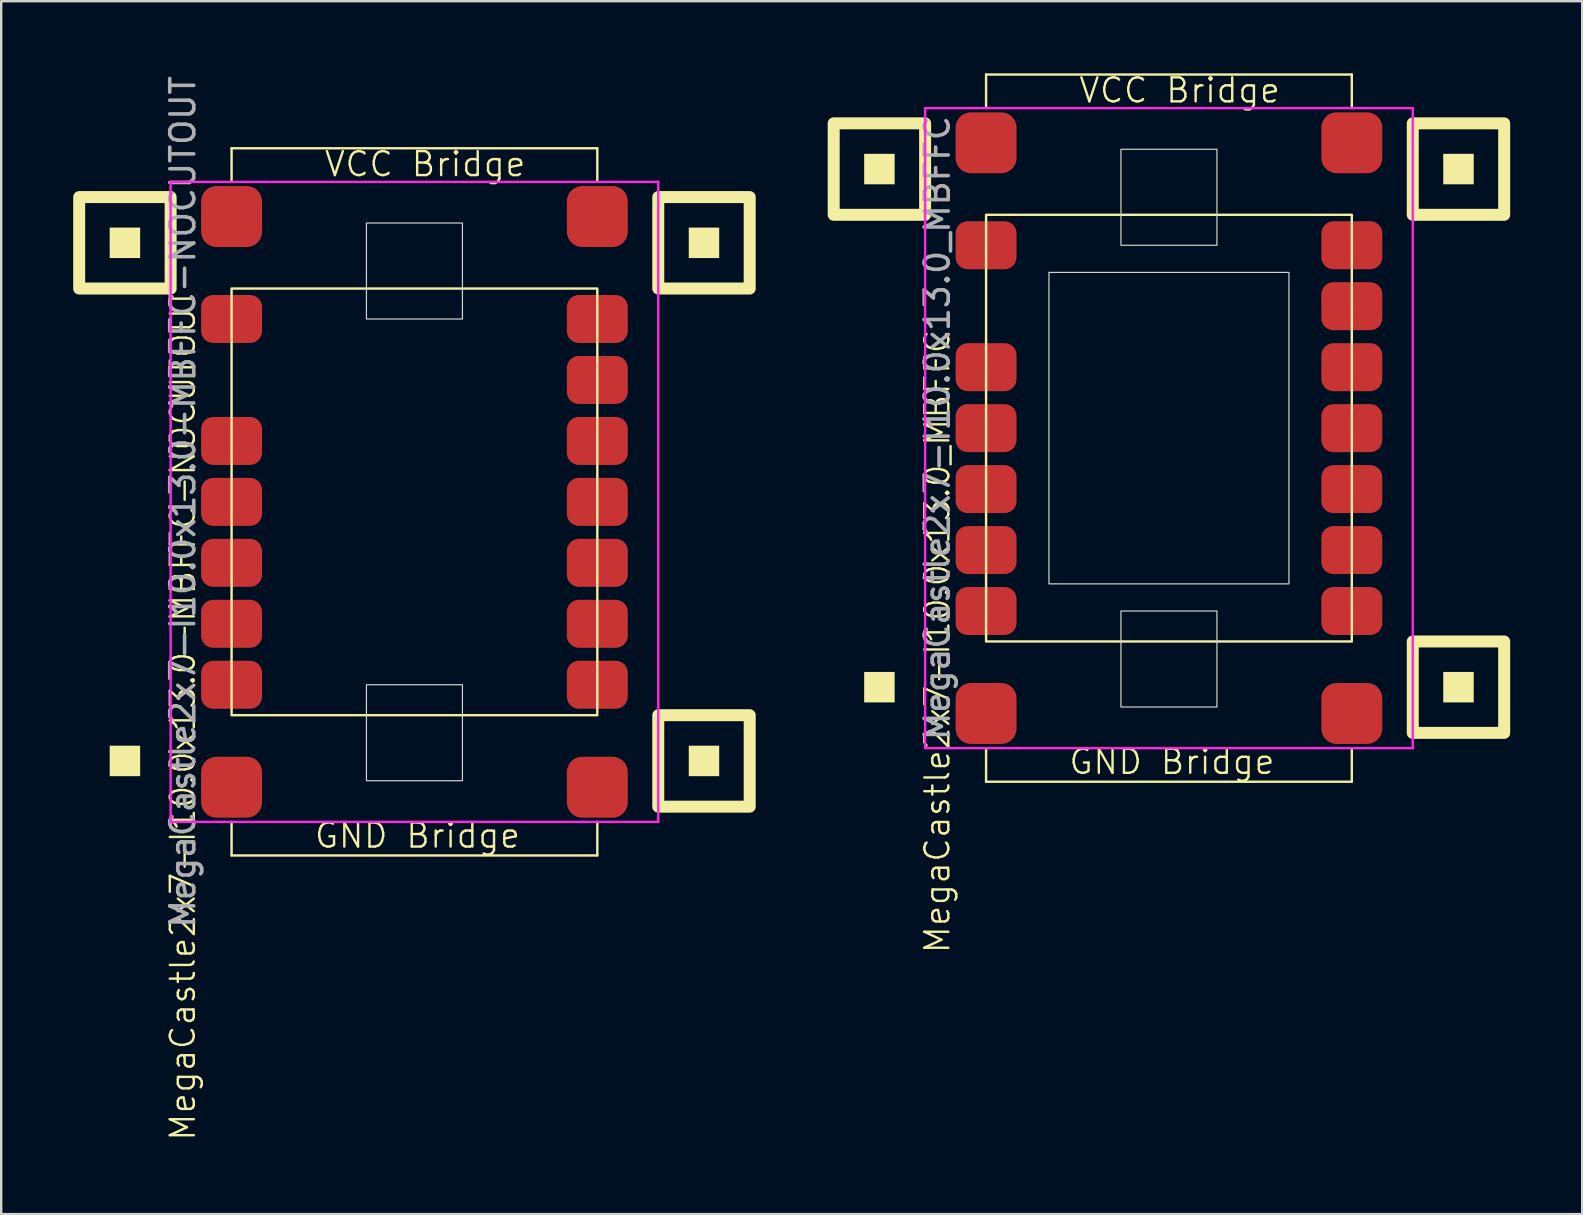
<source format=kicad_pcb>
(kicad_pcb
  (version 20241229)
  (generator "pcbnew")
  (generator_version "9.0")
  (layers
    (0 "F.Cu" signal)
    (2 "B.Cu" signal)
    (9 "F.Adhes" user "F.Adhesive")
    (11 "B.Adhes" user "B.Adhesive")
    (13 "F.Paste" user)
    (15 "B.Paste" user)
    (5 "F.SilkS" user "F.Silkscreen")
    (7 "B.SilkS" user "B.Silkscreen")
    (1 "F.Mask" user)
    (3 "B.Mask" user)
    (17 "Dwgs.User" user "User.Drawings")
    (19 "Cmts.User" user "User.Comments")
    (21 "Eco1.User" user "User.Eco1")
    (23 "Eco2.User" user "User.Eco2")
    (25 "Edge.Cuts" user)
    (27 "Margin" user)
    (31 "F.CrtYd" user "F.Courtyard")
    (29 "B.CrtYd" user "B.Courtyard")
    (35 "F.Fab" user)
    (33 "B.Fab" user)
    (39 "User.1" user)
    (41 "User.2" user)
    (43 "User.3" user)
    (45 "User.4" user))
  (footprint "MegaCastle2x7-I10.0x13.0_MBFFC"
    (layer "F.Cu")
    (at 45.66 14.79)
    (property "Reference" "MegaCastle2x7-I10.0x13.0_MBFFC" (at -9.652 8.89 90) (unlocked yes) (layer "F.SilkS") (effects (font (size 1 1) (thickness 0.1))))
    (attr smd)
    (fp_line (start -7.62 -14.735) (end 7.62 -14.735) (stroke (width 0.1) (type default)) (layer "F.SilkS"))
    (fp_line (start -7.62 -13.335) (end -7.62 -14.735) (stroke (width 0.1) (type default)) (layer "F.SilkS"))
    (fp_line (start -7.62 13.335) (end -7.62 14.735) (stroke (width 0.1) (type default)) (layer "F.SilkS"))
    (fp_line (start -7.62 14.735) (end 7.62 14.735) (stroke (width 0.1) (type default)) (layer "F.SilkS"))
    (fp_line (start 7.62 -13.335) (end 7.62 -14.735) (stroke (width 0.1) (type default)) (layer "F.SilkS"))
    (fp_line (start 7.62 13.335) (end 7.62 14.735) (stroke (width 0.1) (type default)) (layer "F.SilkS"))
    (fp_rect (start -11.43 -10.16) (end -12.7 -11.43) (stroke (width 0) (type solid)) (fill yes) (layer "F.SilkS"))
    (fp_rect (start -11.43 11.43) (end -12.7 10.16) (stroke (width 0) (type solid)) (fill yes) (layer "F.SilkS"))
    (fp_rect (start -10.16 -8.89) (end -13.97 -12.7) (stroke (width 0.5) (type default)) (fill no) (layer "F.SilkS"))
    (fp_rect (start -7.62 -8.89) (end 7.62 8.89) (stroke (width 0.1) (type default)) (fill no) (layer "F.SilkS"))
    (fp_rect (start 12.7 -10.16) (end 11.43 -11.43) (stroke (width 0) (type solid)) (fill yes) (layer "F.SilkS"))
    (fp_rect (start 12.7 11.43) (end 11.43 10.16) (stroke (width 0) (type solid)) (fill yes) (layer "F.SilkS"))
    (fp_rect (start 13.97 -8.89) (end 10.16 -12.7) (stroke (width 0.5) (type default)) (fill no) (layer "F.SilkS"))
    (fp_rect (start 13.97 12.7) (end 10.16 8.89) (stroke (width 0.5) (type default)) (fill no) (layer "F.SilkS"))
    (fp_rect (start -5 -6.49) (end 5 6.49) (stroke (width 0.05) (type default)) (fill no) (layer "Edge.Cuts"))
    (fp_rect (start -2 -7.62) (end 2 -11.62) (stroke (width 0.05) (type default)) (fill no) (layer "Edge.Cuts"))
    (fp_rect (start -2 7.62) (end 2 11.62) (stroke (width 0.05) (type default)) (fill no) (layer "Edge.Cuts"))
    (fp_line (start -10.16 -13.335) (end -10.16 13.335) (stroke (width 0.1) (type default)) (layer "F.CrtYd"))
    (fp_line (start -10.16 13.335) (end 10.16 13.335) (stroke (width 0.1) (type default)) (layer "F.CrtYd"))
    (fp_line (start 10.16 -13.335) (end -10.16 -13.335) (stroke (width 0.1) (type default)) (layer "F.CrtYd"))
    (fp_line (start 10.16 -13.335) (end 10.16 13.335) (stroke (width 0.1) (type default)) (layer "F.CrtYd"))
    (fp_text user "VCC Bridge" (at -3.81 -13.49 0) (unlocked yes) (layer "F.SilkS") (effects (font (size 1 1) (thickness 0.1)) (justify left bottom)))
    (fp_text user "GND Bridge" (at -4.226 14.49 0) (unlocked yes) (layer "F.SilkS") (effects (font (size 1 1) (thickness 0.1)) (justify left bottom)))
    (fp_text user "${REFERENCE}" (at -9.652 0 90) (unlocked yes) (layer "F.Fab") (effects (font (size 1 1) (thickness 0.15))))
    (pad "1" smd roundrect (at -7.62 -7.62) (size 2.54 2) (layers "F.Cu" "F.Mask" "F.Paste") (roundrect_rratio 0.25))
    (pad "3" smd roundrect (at -7.62 -2.54) (size 2.54 2) (layers "F.Cu" "F.Mask" "F.Paste") (roundrect_rratio 0.25))
    (pad "4" smd roundrect (at -7.62 0) (size 2.54 2) (layers "F.Cu" "F.Mask" "F.Paste") (roundrect_rratio 0.25))
    (pad "5" smd roundrect (at -7.62 2.54) (size 2.54 2) (layers "F.Cu" "F.Mask" "F.Paste") (roundrect_rratio 0.25))
    (pad "6" smd roundrect (at -7.62 5.08) (size 2.54 2) (layers "F.Cu" "F.Mask" "F.Paste") (roundrect_rratio 0.25))
    (pad "7" smd roundrect (at -7.62 7.62) (size 2.54 2) (layers "F.Cu" "F.Mask" "F.Paste") (roundrect_rratio 0.25))
    (pad "8" smd roundrect (at 7.62 -7.62) (size 2.54 2) (layers "F.Cu" "F.Mask" "F.Paste") (roundrect_rratio 0.25))
    (pad "9" smd roundrect (at 7.62 -5.08) (size 2.54 2) (layers "F.Cu" "F.Mask" "F.Paste") (roundrect_rratio 0.25))
    (pad "10" smd roundrect (at 7.62 -2.54) (size 2.54 2) (layers "F.Cu" "F.Mask" "F.Paste") (roundrect_rratio 0.25))
    (pad "11" smd roundrect (at 7.62 0) (size 2.54 2) (layers "F.Cu" "F.Mask" "F.Paste") (roundrect_rratio 0.25))
    (pad "12" smd roundrect (at 7.62 2.54) (size 2.54 2) (layers "F.Cu" "F.Mask" "F.Paste") (roundrect_rratio 0.25))
    (pad "13" smd roundrect (at 7.62 5.08) (size 2.54 2) (layers "F.Cu" "F.Mask" "F.Paste") (roundrect_rratio 0.25))
    (pad "14" smd roundrect (at 7.62 7.62) (size 2.54 2) (layers "F.Cu" "F.Mask" "F.Paste") (roundrect_rratio 0.25))
    (pad "A1" smd roundrect (at -7.62 -11.89) (size 2.54 2.54) (layers "F.Cu" "F.Mask" "F.Paste") (roundrect_rratio 0.25))
    (pad "A2" smd roundrect (at 7.62 -11.89) (size 2.54 2.54) (layers "F.Cu" "F.Mask" "F.Paste") (roundrect_rratio 0.25))
    (pad "B1" smd roundrect (at -7.62 11.89) (size 2.54 2.54) (layers "F.Cu" "F.Mask" "F.Paste") (roundrect_rratio 0.25))
    (pad "B2" smd roundrect (at 7.62 11.89) (size 2.54 2.54) (layers "F.Cu" "F.Mask" "F.Paste") (roundrect_rratio 0.25)))
  (footprint "MegaCastle2x7-I10.0x13.0-MBFFC-NOCUTOUT"
    (layer "F.Cu")
    (at 14.22 17.863)
    (property "Reference" "MegaCastle2x7-I10.0x13.0-MBFFC-NOCUTOUT" (at -9.652 8.89 90) (unlocked yes) (layer "F.SilkS") (effects (font (size 1 1) (thickness 0.1))))
    (attr smd)
    (fp_line (start -7.62 -14.735) (end 7.62 -14.735) (stroke (width 0.1) (type default)) (layer "F.SilkS"))
    (fp_line (start -7.62 -13.335) (end -7.62 -14.735) (stroke (width 0.1) (type default)) (layer "F.SilkS"))
    (fp_line (start -7.62 13.335) (end -7.62 14.735) (stroke (width 0.1) (type default)) (layer "F.SilkS"))
    (fp_line (start -7.62 14.735) (end 7.62 14.735) (stroke (width 0.1) (type default)) (layer "F.SilkS"))
    (fp_line (start 7.62 -13.335) (end 7.62 -14.735) (stroke (width 0.1) (type default)) (layer "F.SilkS"))
    (fp_line (start 7.62 13.335) (end 7.62 14.735) (stroke (width 0.1) (type default)) (layer "F.SilkS"))
    (fp_rect (start -11.43 -10.16) (end -12.7 -11.43) (stroke (width 0) (type solid)) (fill yes) (layer "F.SilkS"))
    (fp_rect (start -11.43 11.43) (end -12.7 10.16) (stroke (width 0) (type solid)) (fill yes) (layer "F.SilkS"))
    (fp_rect (start -10.16 -8.89) (end -13.97 -12.7) (stroke (width 0.5) (type default)) (fill no) (layer "F.SilkS"))
    (fp_rect (start -7.62 -8.89) (end 7.62 8.89) (stroke (width 0.1) (type default)) (fill no) (layer "F.SilkS"))
    (fp_rect (start 12.7 -10.16) (end 11.43 -11.43) (stroke (width 0) (type solid)) (fill yes) (layer "F.SilkS"))
    (fp_rect (start 12.7 11.43) (end 11.43 10.16) (stroke (width 0) (type solid)) (fill yes) (layer "F.SilkS"))
    (fp_rect (start 13.97 -8.89) (end 10.16 -12.7) (stroke (width 0.5) (type default)) (fill no) (layer "F.SilkS"))
    (fp_rect (start 13.97 12.7) (end 10.16 8.89) (stroke (width 0.5) (type default)) (fill no) (layer "F.SilkS"))
    (fp_rect (start -2 -7.62) (end 2 -11.62) (stroke (width 0.05) (type default)) (fill no) (layer "Edge.Cuts"))
    (fp_rect (start -2 7.62) (end 2 11.62) (stroke (width 0.05) (type default)) (fill no) (layer "Edge.Cuts"))
    (fp_line (start -10.16 -13.335) (end -10.16 13.335) (stroke (width 0.1) (type default)) (layer "F.CrtYd"))
    (fp_line (start -10.16 13.335) (end 10.16 13.335) (stroke (width 0.1) (type default)) (layer "F.CrtYd"))
    (fp_line (start 10.16 -13.335) (end -10.16 -13.335) (stroke (width 0.1) (type default)) (layer "F.CrtYd"))
    (fp_line (start 10.16 -13.335) (end 10.16 13.335) (stroke (width 0.1) (type default)) (layer "F.CrtYd"))
    (fp_text user "GND Bridge" (at -4.226 14.49 0) (unlocked yes) (layer "F.SilkS") (effects (font (size 1 1) (thickness 0.1)) (justify left bottom)))
    (fp_text user "VCC Bridge" (at -3.81 -13.49 0) (unlocked yes) (layer "F.SilkS") (effects (font (size 1 1) (thickness 0.1)) (justify left bottom)))
    (fp_text user "${REFERENCE}" (at -9.652 0 90) (unlocked yes) (layer "F.Fab") (effects (font (size 1 1) (thickness 0.15))))
    (pad "1" smd roundrect (at -7.62 -7.62) (size 2.54 2) (layers "F.Cu" "F.Mask" "F.Paste") (roundrect_rratio 0.25))
    (pad "3" smd roundrect (at -7.62 -2.54) (size 2.54 2) (layers "F.Cu" "F.Mask" "F.Paste") (roundrect_rratio 0.25))
    (pad "4" smd roundrect (at -7.62 0) (size 2.54 2) (layers "F.Cu" "F.Mask" "F.Paste") (roundrect_rratio 0.25))
    (pad "5" smd roundrect (at -7.62 2.54) (size 2.54 2) (layers "F.Cu" "F.Mask" "F.Paste") (roundrect_rratio 0.25))
    (pad "6" smd roundrect (at -7.62 5.08) (size 2.54 2) (layers "F.Cu" "F.Mask" "F.Paste") (roundrect_rratio 0.25))
    (pad "7" smd roundrect (at -7.62 7.62) (size 2.54 2) (layers "F.Cu" "F.Mask" "F.Paste") (roundrect_rratio 0.25))
    (pad "8" smd roundrect (at 7.62 -7.62) (size 2.54 2) (layers "F.Cu" "F.Mask" "F.Paste") (roundrect_rratio 0.25))
    (pad "9" smd roundrect (at 7.62 -5.08) (size 2.54 2) (layers "F.Cu" "F.Mask" "F.Paste") (roundrect_rratio 0.25))
    (pad "10" smd roundrect (at 7.62 -2.54) (size 2.54 2) (layers "F.Cu" "F.Mask" "F.Paste") (roundrect_rratio 0.25))
    (pad "11" smd roundrect (at 7.62 0) (size 2.54 2) (layers "F.Cu" "F.Mask" "F.Paste") (roundrect_rratio 0.25))
    (pad "12" smd roundrect (at 7.62 2.54) (size 2.54 2) (layers "F.Cu" "F.Mask" "F.Paste") (roundrect_rratio 0.25))
    (pad "13" smd roundrect (at 7.62 5.08) (size 2.54 2) (layers "F.Cu" "F.Mask" "F.Paste") (roundrect_rratio 0.25))
    (pad "14" smd roundrect (at 7.62 7.62) (size 2.54 2) (layers "F.Cu" "F.Mask" "F.Paste") (roundrect_rratio 0.25))
    (pad "A1" smd roundrect (at -7.62 -11.89) (size 2.54 2.54) (layers "F.Cu" "F.Mask" "F.Paste") (roundrect_rratio 0.25))
    (pad "A2" smd roundrect (at 7.62 -11.89) (size 2.54 2.54) (layers "F.Cu" "F.Mask" "F.Paste") (roundrect_rratio 0.25))
    (pad "B1" smd roundrect (at -7.62 11.89) (size 2.54 2.54) (layers "F.Cu" "F.Mask" "F.Paste") (roundrect_rratio 0.25))
    (pad "B2" smd roundrect (at 7.62 11.89) (size 2.54 2.54) (layers "F.Cu" "F.Mask" "F.Paste") (roundrect_rratio 0.25)))
  (gr_rect
    (start -3 -3)
    (end 62.88 47.541)
    (stroke (width 0.1) (type default))
    (fill no)
    (layer "Edge.Cuts")))
</source>
